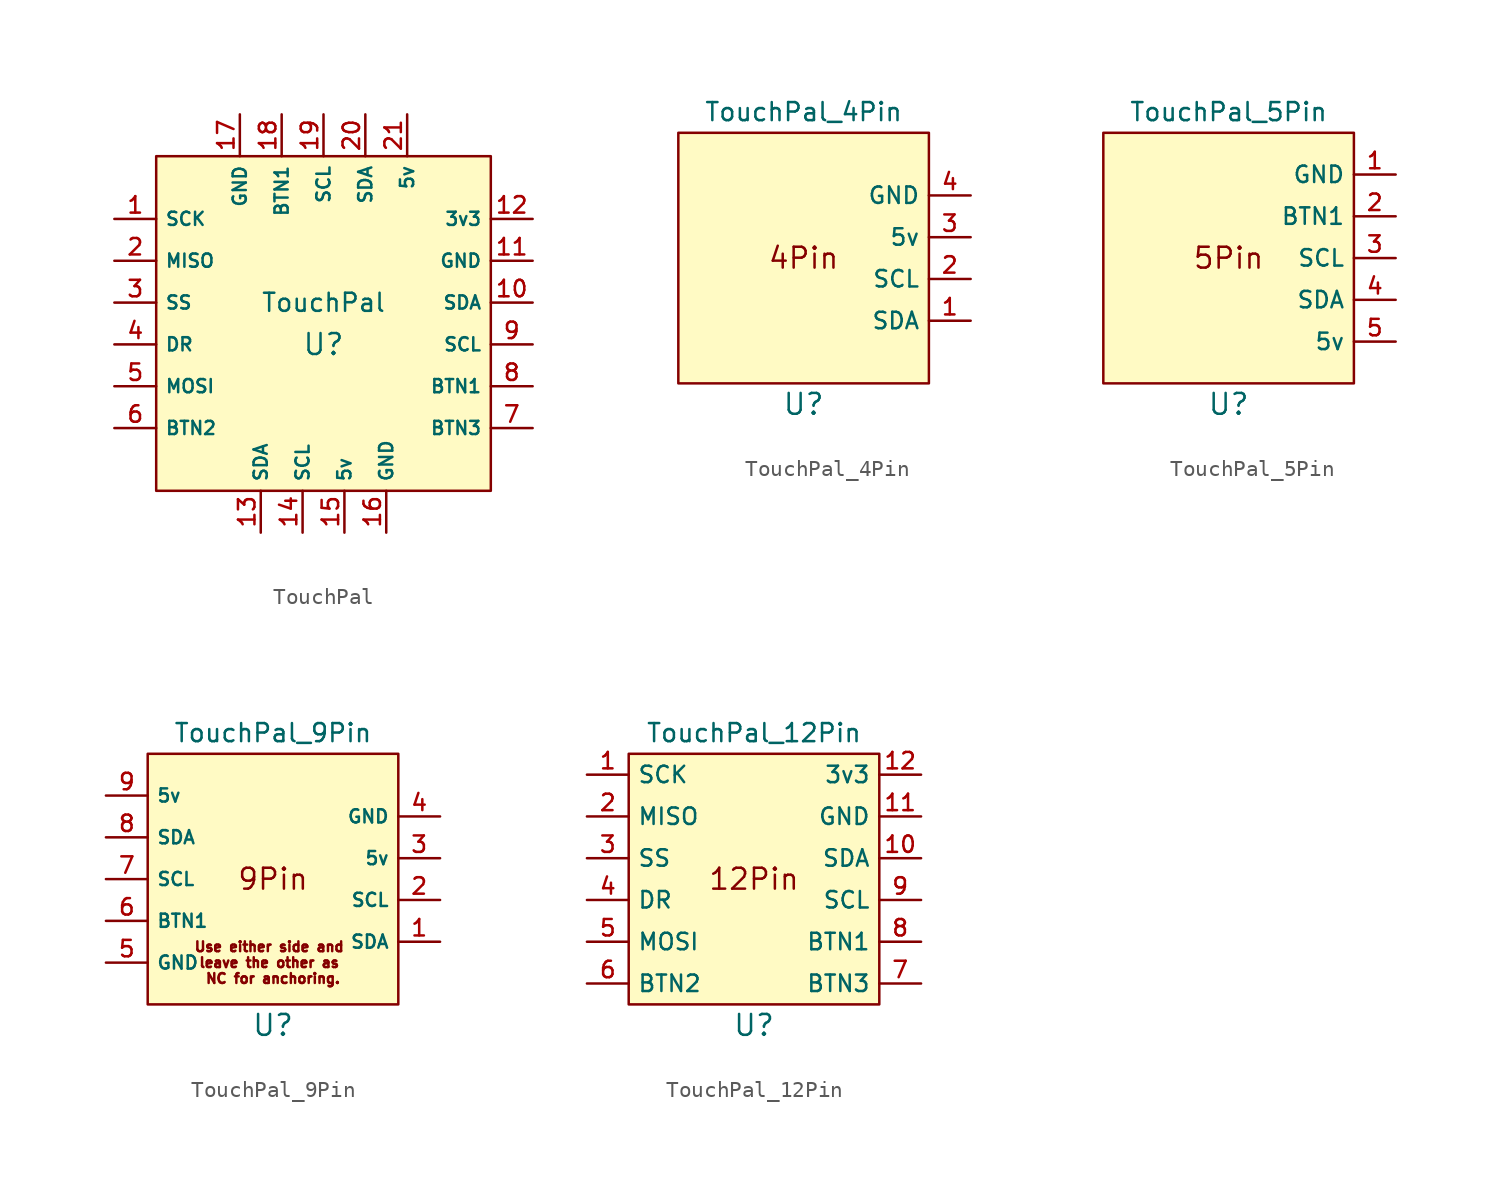
<source format=kicad_sym>
(kicad_symbol_lib
  (version 20220126)
  (generator kicad_symbol_editor)
  (symbol "TouchPal"
    (property "Reference" "U"
      (at 0 -1.27 0)
      (effects (font (size 1.27 1.27))))
    (property "Value" "TouchPal"
      (at 0 1.27 0)
      (effects (font (size 1.1 1.1))))
    (symbol "TouchPal_0_1"
      (rectangle (start -10.16 10.16) (end 10.16 -10.16) (stroke (width 0.152) (type default)) (fill (type color) (color 255 250 196 1))))
    (symbol "TouchPal_1_1"
      (pin bidirectional line (at -12.7 6.35 0) (length 2.54) (name "SCK" (effects (font (size 0.8 0.8)))) (number "1" (effects (font (size 1 1)))))
      (pin bidirectional line (at 12.7 1.27 180) (length 2.54) (name "SDA" (effects (font (size 0.8 0.8)))) (number "10" (effects (font (size 1 1)))))
      (pin bidirectional line (at 12.7 3.81 180) (length 2.54) (name "GND" (effects (font (size 0.8 0.8)))) (number "11" (effects (font (size 1 1)))))
      (pin bidirectional line (at 12.7 6.35 180) (length 2.54) (name "3v3" (effects (font (size 0.8 0.8)))) (number "12" (effects (font (size 1 1)))))
      (pin bidirectional line (at -3.81 -12.7 90) (length 2.54) (name "SDA" (effects (font (size 0.8 0.8)))) (number "13" (effects (font (size 1 1)))))
      (pin bidirectional line (at -1.27 -12.7 90) (length 2.54) (name "SCL" (effects (font (size 0.8 0.8)))) (number "14" (effects (font (size 1 1)))))
      (pin bidirectional line (at 1.27 -12.7 90) (length 2.54) (name "5v" (effects (font (size 0.8 0.8)))) (number "15" (effects (font (size 1 1)))))
      (pin bidirectional line (at 3.81 -12.7 90) (length 2.54) (name "GND" (effects (font (size 0.8 0.8)))) (number "16" (effects (font (size 1 1)))))
      (pin bidirectional line (at -5.08 12.7 270) (length 2.54) (name "GND" (effects (font (size 0.8 0.8)))) (number "17" (effects (font (size 1 1)))))
      (pin bidirectional line (at -2.54 12.7 270) (length 2.54) (name "BTN1" (effects (font (size 0.8 0.8)))) (number "18" (effects (font (size 1 1)))))
      (pin bidirectional line (at 0 12.7 270) (length 2.54) (name "SCL" (effects (font (size 0.8 0.8)))) (number "19" (effects (font (size 1 1)))))
      (pin bidirectional line (at -12.7 3.81 0) (length 2.54) (name "MISO" (effects (font (size 0.8 0.8)))) (number "2" (effects (font (size 1 1)))))
      (pin bidirectional line (at 2.54 12.7 270) (length 2.54) (name "SDA" (effects (font (size 0.8 0.8)))) (number "20" (effects (font (size 1 1)))))
      (pin bidirectional line (at 5.08 12.7 270) (length 2.54) (name "5v" (effects (font (size 0.8 0.8)))) (number "21" (effects (font (size 1 1)))))
      (pin bidirectional line (at -12.7 1.27 0) (length 2.54) (name "SS" (effects (font (size 0.8 0.8)))) (number "3" (effects (font (size 1 1)))))
      (pin bidirectional line (at -12.7 -1.27 0) (length 2.54) (name "DR" (effects (font (size 0.8 0.8)))) (number "4" (effects (font (size 1 1)))))
      (pin bidirectional line (at -12.7 -3.81 0) (length 2.54) (name "MOSI" (effects (font (size 0.8 0.8)))) (number "5" (effects (font (size 1 1)))))
      (pin bidirectional line (at -12.7 -6.35 0) (length 2.54) (name "BTN2" (effects (font (size 0.8 0.8)))) (number "6" (effects (font (size 1 1)))))
      (pin bidirectional line (at 12.7 -6.35 180) (length 2.54) (name "BTN3" (effects (font (size 0.8 0.8)))) (number "7" (effects (font (size 1 1)))))
      (pin bidirectional line (at 12.7 -3.81 180) (length 2.54) (name "BTN1" (effects (font (size 0.8 0.8)))) (number "8" (effects (font (size 1 1)))))
      (pin bidirectional line (at 12.7 -1.27 180) (length 2.54) (name "SCL" (effects (font (size 0.8 0.8)))) (number "9" (effects (font (size 1 1)))))))
  (symbol "TouchPal_4Pin"
    (property "Reference" "U"
      (at 0 -8.89 0)
      (effects (font (size 1.27 1.27))))
    (property "Value" "TouchPal_4Pin"
      (at 0 8.89 0)
      (effects (font (size 1.1 1.1))))
    (symbol "TouchPal_4Pin_0_0"
      (text "4Pin" (at 0 0 0) (effects (font (size 1.27 1.27)))))
    (symbol "TouchPal_4Pin_0_1"
      (rectangle (start -7.62 7.62) (end 7.62 -7.62) (stroke (width 0.152) (type default)) (fill (type color) (color 255 250 196 1))))
    (symbol "TouchPal_4Pin_1_1"
      (pin bidirectional line (at 10.16 -3.81 180) (length 2.54) (name "SDA" (effects (font (size 1 1)))) (number "1" (effects (font (size 1 1)))))
      (pin bidirectional line (at 10.16 -1.27 180) (length 2.54) (name "SCL" (effects (font (size 1 1)))) (number "2" (effects (font (size 1 1)))))
      (pin bidirectional line (at 10.16 1.27 180) (length 2.54) (name "5v" (effects (font (size 1 1)))) (number "3" (effects (font (size 1 1)))))
      (pin bidirectional line (at 10.16 3.81 180) (length 2.54) (name "GND" (effects (font (size 1 1)))) (number "4" (effects (font (size 1 1)))))))
  (symbol "TouchPal_5Pin"
    (property "Reference" "U"
      (at 0 -8.89 0)
      (effects (font (size 1.27 1.27))))
    (property "Value" "TouchPal_5Pin"
      (at 0 8.89 0)
      (effects (font (size 1.1 1.1))))
    (symbol "TouchPal_5Pin_0_0"
      (text "5Pin" (at 0 0 0) (effects (font (size 1.27 1.27)))))
    (symbol "TouchPal_5Pin_0_1"
      (rectangle (start -7.62 7.62) (end 7.62 -7.62) (stroke (width 0.152) (type default)) (fill (type color) (color 255 250 196 1))))
    (symbol "TouchPal_5Pin_1_1"
      (pin bidirectional line (at 10.16 5.08 180) (length 2.54) (name "GND" (effects (font (size 1 1)))) (number "1" (effects (font (size 1 1)))))
      (pin bidirectional line (at 10.16 2.54 180) (length 2.54) (name "BTN1" (effects (font (size 1 1)))) (number "2" (effects (font (size 1 1)))))
      (pin bidirectional line (at 10.16 0 180) (length 2.54) (name "SCL" (effects (font (size 1 1)))) (number "3" (effects (font (size 1 1)))))
      (pin bidirectional line (at 10.16 -2.54 180) (length 2.54) (name "SDA" (effects (font (size 1 1)))) (number "4" (effects (font (size 1 1)))))
      (pin bidirectional line (at 10.16 -5.08 180) (length 2.54) (name "5v" (effects (font (size 1 1)))) (number "5" (effects (font (size 1 1)))))))
  (symbol "TouchPal_9Pin"
    (property "Reference" "U"
      (at 0 -8.89 0)
      (effects (font (size 1.27 1.27))))
    (property "Value" "TouchPal_9Pin"
      (at 0 8.89 0)
      (effects (font (size 1.1 1.1))))
    (symbol "TouchPal_9Pin_0_0"
      (text "9Pin" (at 0 0 0) (effects (font (size 1.27 1.27))))
      (text "Use either side and \nleave the other as \nNC for anchoring." (at 0 -5.08 0) (effects (font (size 0.6 0.6)))))
    (symbol "TouchPal_9Pin_0_1"
      (rectangle (start -7.62 7.62) (end 7.62 -7.62) (stroke (width 0.152) (type default)) (fill (type color) (color 255 250 196 1))))
    (symbol "TouchPal_9Pin_1_1"
      (pin bidirectional line (at 10.16 -3.81 180) (length 2.54) (name "SDA" (effects (font (size 0.8 0.8)))) (number "1" (effects (font (size 1 1)))))
      (pin bidirectional line (at 10.16 -1.27 180) (length 2.54) (name "SCL" (effects (font (size 0.8 0.8)))) (number "2" (effects (font (size 1 1)))))
      (pin bidirectional line (at 10.16 1.27 180) (length 2.54) (name "5v" (effects (font (size 0.8 0.8)))) (number "3" (effects (font (size 1 1)))))
      (pin bidirectional line (at 10.16 3.81 180) (length 2.54) (name "GND" (effects (font (size 0.8 0.8)))) (number "4" (effects (font (size 1 1)))))
      (pin bidirectional line (at -10.16 -5.08 0) (length 2.54) (name "GND" (effects (font (size 0.8 0.8)))) (number "5" (effects (font (size 1 1)))))
      (pin bidirectional line (at -10.16 -2.54 0) (length 2.54) (name "BTN1" (effects (font (size 0.8 0.8)))) (number "6" (effects (font (size 1 1)))))
      (pin bidirectional line (at -10.16 0 0) (length 2.54) (name "SCL" (effects (font (size 0.8 0.8)))) (number "7" (effects (font (size 1 1)))))
      (pin bidirectional line (at -10.16 2.54 0) (length 2.54) (name "SDA" (effects (font (size 0.8 0.8)))) (number "8" (effects (font (size 1 1)))))
      (pin bidirectional line (at -10.16 5.08 0) (length 2.54) (name "5v" (effects (font (size 0.8 0.8)))) (number "9" (effects (font (size 1 1)))))))
  (symbol "TouchPal_12Pin"
    (property "Reference" "U"
      (at 0 -8.89 0)
      (effects (font (size 1.27 1.27))))
    (property "Value" "TouchPal_12Pin"
      (at 0 8.89 0)
      (effects (font (size 1.1 1.1))))
    (symbol "TouchPal_12Pin_0_0"
      (text "12Pin" (at 0 0 0) (effects (font (size 1.27 1.27)))))
    (symbol "TouchPal_12Pin_0_1"
      (rectangle (start -7.62 7.62) (end 7.62 -7.62) (stroke (width 0.152) (type default)) (fill (type color) (color 255 250 196 1))))
    (symbol "TouchPal_12Pin_1_1"
      (pin bidirectional line (at -10.16 6.35 0) (length 2.54) (name "SCK" (effects (font (size 1 1)))) (number "1" (effects (font (size 1 1)))))
      (pin bidirectional line (at 10.16 1.27 180) (length 2.54) (name "SDA" (effects (font (size 1 1)))) (number "10" (effects (font (size 1 1)))))
      (pin bidirectional line (at 10.16 3.81 180) (length 2.54) (name "GND" (effects (font (size 1 1)))) (number "11" (effects (font (size 1 1)))))
      (pin bidirectional line (at 10.16 6.35 180) (length 2.54) (name "3v3" (effects (font (size 1 1)))) (number "12" (effects (font (size 1 1)))))
      (pin bidirectional line (at -10.16 3.81 0) (length 2.54) (name "MISO" (effects (font (size 1 1)))) (number "2" (effects (font (size 1 1)))))
      (pin bidirectional line (at -10.16 1.27 0) (length 2.54) (name "SS" (effects (font (size 1 1)))) (number "3" (effects (font (size 1 1)))))
      (pin bidirectional line (at -10.16 -1.27 0) (length 2.54) (name "DR" (effects (font (size 1 1)))) (number "4" (effects (font (size 1 1)))))
      (pin bidirectional line (at -10.16 -3.81 0) (length 2.54) (name "MOSI" (effects (font (size 1 1)))) (number "5" (effects (font (size 1 1)))))
      (pin bidirectional line (at -10.16 -6.35 0) (length 2.54) (name "BTN2" (effects (font (size 1 1)))) (number "6" (effects (font (size 1 1)))))
      (pin bidirectional line (at 10.16 -6.35 180) (length 2.54) (name "BTN3" (effects (font (size 1 1)))) (number "7" (effects (font (size 1 1)))))
      (pin bidirectional line (at 10.16 -3.81 180) (length 2.54) (name "BTN1" (effects (font (size 1 1)))) (number "8" (effects (font (size 1 1)))))
      (pin bidirectional line (at 10.16 -1.27 180) (length 2.54) (name "SCL" (effects (font (size 1 1)))) (number "9" (effects (font (size 1 1))))))))
</source>
